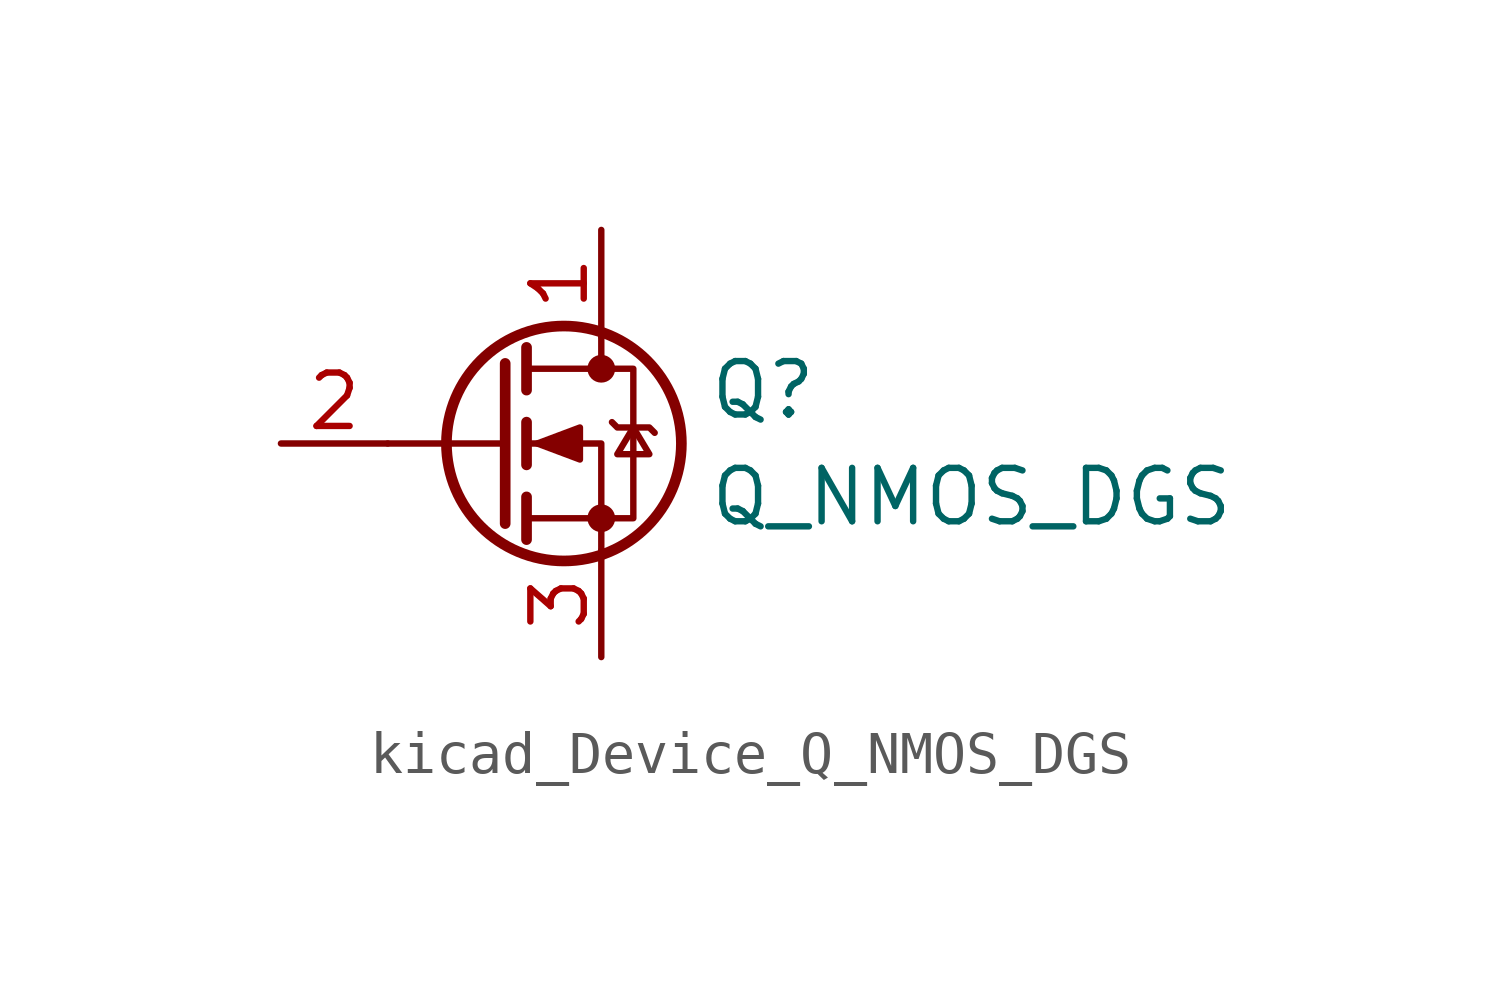
<source format=kicad_sym>
(kicad_symbol_lib
  (version 20220914)
  (generator kicad_symbol_editor)
  (symbol "kicad_Device_Q_NMOS_DGS"
    (pin_names
      (offset 0) hide)
    (property "Reference" "Q"
      (at 5.08 1.27 0)
      (effects (font (size 1.27 1.27)) (justify left)))
    (property "Value" "Q_NMOS_DGS"
      (at 5.08 -1.27 0)
      (effects (font (size 1.27 1.27)) (justify left)))
    (symbol "kicad_Device_Q_NMOS_DGS_0_1"
      (polyline (pts (xy 0.254 0) (xy -2.54 0)) (stroke (width 0) (type default)) (fill (type none)))
      (polyline (pts (xy 0.254 1.905) (xy 0.254 -1.905)) (stroke (width 0.254) (type default)) (fill (type none)))
      (polyline (pts (xy 0.762 -1.27) (xy 0.762 -2.286)) (stroke (width 0.254) (type default)) (fill (type none)))
      (polyline (pts (xy 0.762 0.508) (xy 0.762 -0.508)) (stroke (width 0.254) (type default)) (fill (type none)))
      (polyline (pts (xy 0.762 2.286) (xy 0.762 1.27)) (stroke (width 0.254) (type default)) (fill (type none)))
      (polyline (pts (xy 2.54 2.54) (xy 2.54 1.778)) (stroke (width 0) (type default)) (fill (type none)))
      (polyline (pts (xy 2.54 -2.54) (xy 2.54 0) (xy 0.762 0)) (stroke (width 0) (type default)) (fill (type none)))
      (polyline (pts (xy 0.762 -1.778) (xy 3.302 -1.778) (xy 3.302 1.778) (xy 0.762 1.778)) (stroke (width 0) (type default)) (fill (type none)))
      (polyline (pts (xy 1.016 0) (xy 2.032 0.381) (xy 2.032 -0.381) (xy 1.016 0)) (stroke (width 0) (type default)) (fill (type outline)))
      (polyline (pts (xy 2.794 0.508) (xy 2.921 0.381) (xy 3.683 0.381) (xy 3.81 0.254)) (stroke (width 0) (type default)) (fill (type none)))
      (polyline (pts (xy 3.302 0.381) (xy 2.921 -0.254) (xy 3.683 -0.254) (xy 3.302 0.381)) (stroke (width 0) (type default)) (fill (type none)))
      (circle (center 1.651 0) (radius 2.794) (stroke (width 0.254) (type default)) (fill (type none)))
      (circle (center 2.54 -1.778) (radius 0.254) (stroke (width 0) (type default)) (fill (type outline)))
      (circle (center 2.54 1.778) (radius 0.254) (stroke (width 0) (type default)) (fill (type outline))))
    (symbol "kicad_Device_Q_NMOS_DGS_1_1"
      (pin passive line (at 2.54 5.08 270) (length 2.54) (name "D" (effects (font (size 1.27 1.27)))) (number "1" (effects (font (size 1.27 1.27)))))
      (pin input line (at -5.08 0 0) (length 2.54) (name "G" (effects (font (size 1.27 1.27)))) (number "2" (effects (font (size 1.27 1.27)))))
      (pin passive line (at 2.54 -5.08 90) (length 2.54) (name "S" (effects (font (size 1.27 1.27)))) (number "3" (effects (font (size 1.27 1.27))))))))
</source>
